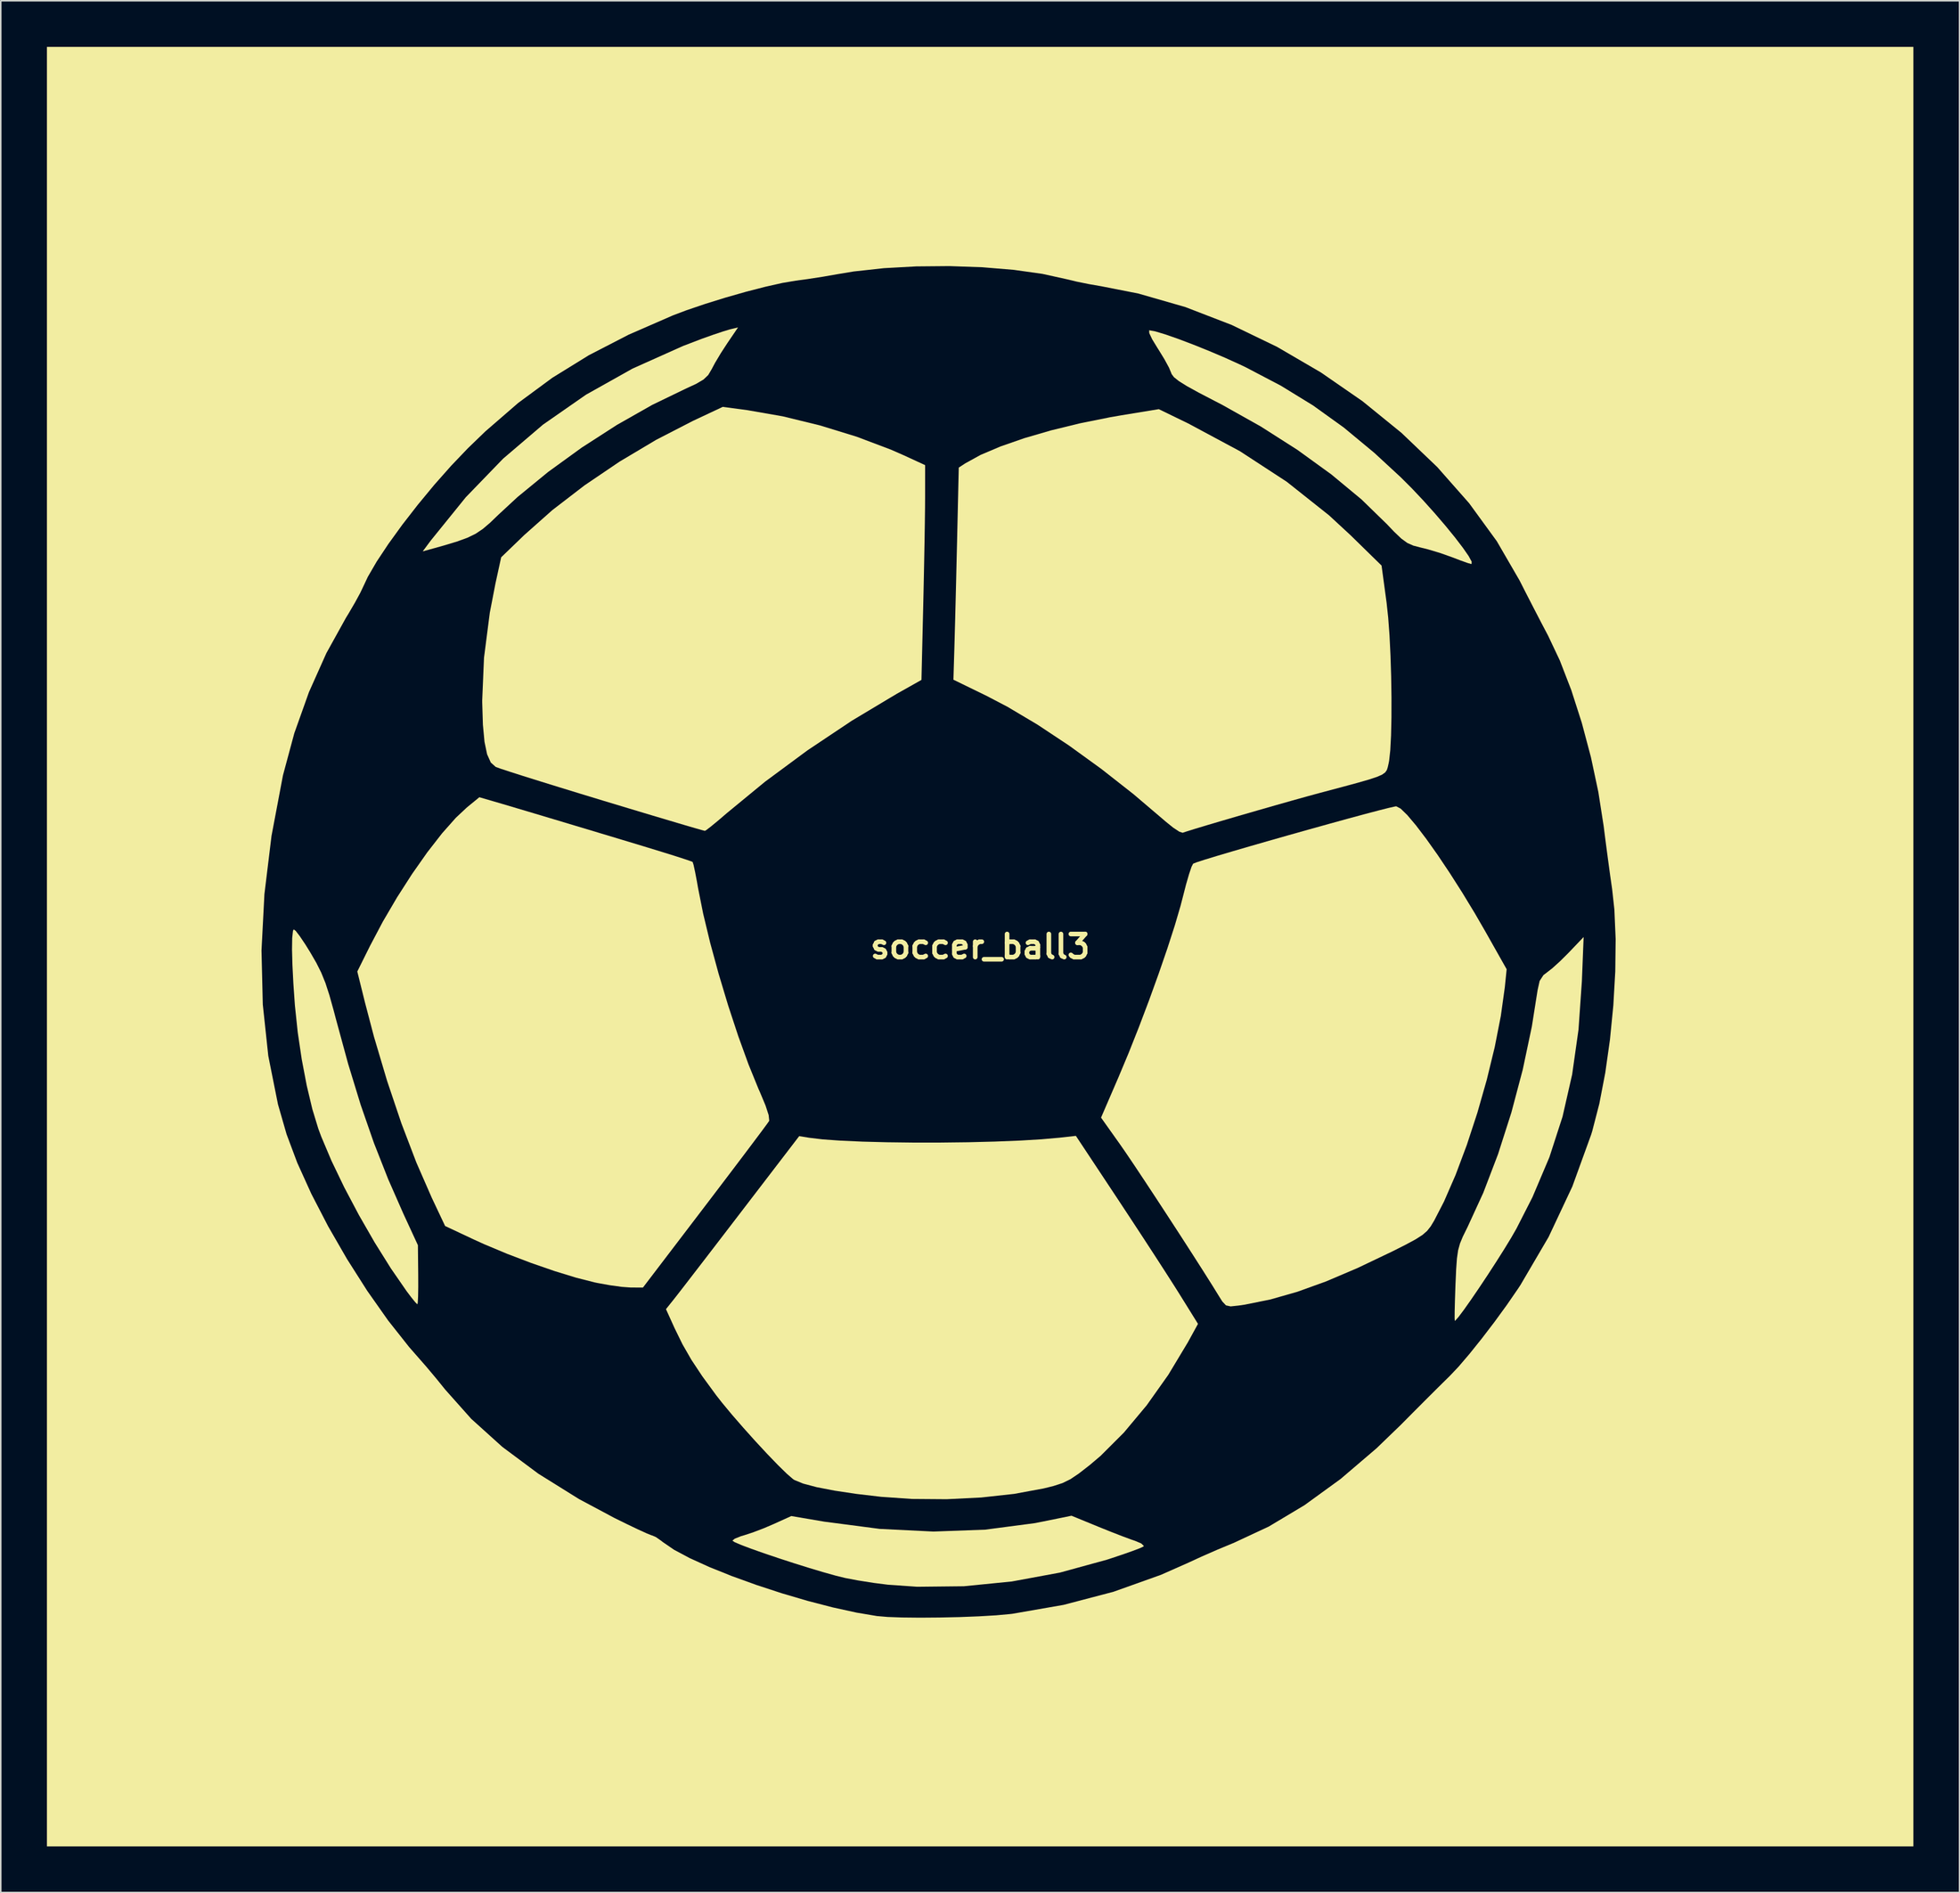
<source format=kicad_pcb>
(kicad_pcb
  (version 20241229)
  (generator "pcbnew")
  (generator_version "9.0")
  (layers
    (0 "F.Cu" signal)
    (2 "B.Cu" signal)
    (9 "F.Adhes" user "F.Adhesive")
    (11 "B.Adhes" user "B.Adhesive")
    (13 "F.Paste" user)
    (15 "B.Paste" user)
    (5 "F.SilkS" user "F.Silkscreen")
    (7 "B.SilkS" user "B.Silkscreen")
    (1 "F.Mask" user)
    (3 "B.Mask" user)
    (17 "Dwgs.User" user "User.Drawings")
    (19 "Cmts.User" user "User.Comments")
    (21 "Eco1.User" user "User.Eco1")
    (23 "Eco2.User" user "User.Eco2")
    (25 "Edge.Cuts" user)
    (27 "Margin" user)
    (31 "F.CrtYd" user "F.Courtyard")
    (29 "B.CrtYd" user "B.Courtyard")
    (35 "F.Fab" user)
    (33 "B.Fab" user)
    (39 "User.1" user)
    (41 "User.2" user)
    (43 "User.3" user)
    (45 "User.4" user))
  (footprint "soccer_ball3"
    (layer "F.Cu")
    (at 60.638 58.492)
    (property "Reference" "soccer_ball3" (at 0 0 0) (layer "F.SilkS") (effects (font (size 1.5 1.5) (thickness 0.3))))
    (attr board_only exclude_from_pos_files exclude_from_bom)
    (fp_poly (pts (xy -16.435 -39.222) (xy -16.85 -38.583) (xy -17.226 -37.953) (xy -17.451 -37.531) (xy -17.669 -37.162) (xy -17.976 -36.869) (xy -18.459 -36.585) (xy -19.088 -36.295) (xy -21.304 -35.223) (xy -23.602 -33.918) (xy -25.888 -32.444) (xy -28.071 -30.861) (xy -30.059 -29.231) (xy -31.303 -28.079) (xy -31.849 -27.554) (xy -32.317 -27.155) (xy -32.78 -26.844) (xy -33.312 -26.585) (xy -33.986 -26.339) (xy -34.874 -26.071) (xy -35.774 -25.82) (xy -36.221 -25.697) (xy -35.7 -26.398) (xy -33.42 -29.217) (xy -30.999 -31.722) (xy -28.406 -33.936) (xy -25.613 -35.881) (xy -22.589 -37.578) (xy -19.307 -39.049) (xy -18.066 -39.524) (xy -17.358 -39.776) (xy -16.718 -39.99) (xy -16.272 -40.125) (xy -16.228 -40.136) (xy -15.732 -40.256)) (stroke (width 0) (type solid)) (fill yes) (layer "F.SilkS"))
    (fp_poly (pts (xy -44.476 -1.028) (xy -44.209 -0.681) (xy -43.846 -0.141) (xy -43.535 0.361) (xy -43.133 1.055) (xy -42.815 1.69) (xy -42.544 2.358) (xy -42.286 3.151) (xy -42.004 4.161) (xy -41.865 4.69) (xy -41.065 7.626) (xy -40.251 10.287) (xy -39.394 12.756) (xy -38.466 15.115) (xy -37.485 17.347) (xy -36.534 19.408) (xy -36.514 21.331) (xy -36.512 22.111) (xy -36.522 22.74) (xy -36.543 23.143) (xy -36.566 23.254) (xy -36.702 23.121) (xy -36.979 22.779) (xy -37.262 22.404) (xy -38.291 20.914) (xy -39.341 19.234) (xy -40.365 17.452) (xy -41.317 15.652) (xy -42.149 13.922) (xy -42.814 12.349) (xy -43.006 11.833) (xy -43.394 10.557) (xy -43.759 9.022) (xy -44.081 7.327) (xy -44.342 5.57) (xy -44.523 3.85) (xy -44.53 3.765) (xy -44.626 2.389) (xy -44.687 1.183) (xy -44.713 0.187) (xy -44.702 -0.557) (xy -44.654 -1.01) (xy -44.608 -1.124)) (stroke (width 0) (type solid)) (fill yes) (layer "F.SilkS"))
    (fp_poly (pts (xy 39.099 2.236) (xy 38.879 5.395) (xy 38.466 8.311) (xy 37.842 11.052) (xy 36.988 13.688) (xy 35.887 16.287) (xy 34.844 18.335) (xy 34.499 18.935) (xy 34.047 19.676) (xy 33.523 20.504) (xy 32.964 21.366) (xy 32.404 22.207) (xy 31.879 22.976) (xy 31.425 23.619) (xy 31.077 24.081) (xy 30.872 24.311) (xy 30.842 24.327) (xy 30.83 24.159) (xy 30.833 23.7) (xy 30.85 23.014) (xy 30.878 22.168) (xy 30.886 21.957) (xy 30.929 20.984) (xy 30.979 20.277) (xy 31.055 19.747) (xy 31.177 19.302) (xy 31.363 18.851) (xy 31.632 18.304) (xy 31.662 18.245) (xy 32.693 15.999) (xy 33.653 13.485) (xy 34.516 10.788) (xy 35.256 7.995) (xy 35.848 5.191) (xy 36.22 2.832) (xy 36.353 2.231) (xy 36.599 1.852) (xy 36.812 1.689) (xy 37.173 1.408) (xy 37.673 0.956) (xy 38.207 0.426) (xy 38.253 0.378) (xy 39.212 -0.626)) (stroke (width 0) (type solid)) (fill yes) (layer "F.SilkS"))
    (fp_poly (pts (xy 7.663 37.705) (xy 8.471 38.031) (xy 9.232 38.327) (xy 9.838 38.552) (xy 10.078 38.634) (xy 10.469 38.8) (xy 10.63 38.953) (xy 10.615 38.995) (xy 10.396 39.1) (xy 9.905 39.287) (xy 9.21 39.531) (xy 8.381 39.808) (xy 8.228 39.857) (xy 5.178 40.694) (xy 2.055 41.271) (xy -1.063 41.581) (xy -4.1 41.613) (xy -5.992 41.481) (xy -6.921 41.363) (xy -7.94 41.202) (xy -8.765 41.045) (xy -9.381 40.894) (xy -10.179 40.67) (xy -11.102 40.394) (xy -12.09 40.085) (xy -13.084 39.761) (xy -14.027 39.443) (xy -14.858 39.149) (xy -15.519 38.9) (xy -15.952 38.715) (xy -16.099 38.616) (xy -15.943 38.487) (xy -15.55 38.33) (xy -15.338 38.267) (xy -14.769 38.082) (xy -14.047 37.806) (xy -13.425 37.54) (xy -12.272 37.017) (xy -10.12 37.383) (xy -6.528 37.852) (xy -3.038 38.025) (xy 0.319 37.902) (xy 3.512 37.484) (xy 4.115 37.367) (xy 5.935 36.996)) (stroke (width 0) (type solid)) (fill yes) (layer "F.SilkS"))
    (fp_poly (pts (xy 11.385 -39.997) (xy 12.029 -39.803) (xy 12.869 -39.51) (xy 13.839 -39.142) (xy 14.874 -38.726) (xy 15.91 -38.285) (xy 16.88 -37.845) (xy 17.261 -37.663) (xy 19.537 -36.469) (xy 21.629 -35.184) (xy 23.625 -33.749) (xy 25.612 -32.101) (xy 27.334 -30.51) (xy 28.056 -29.788) (xy 28.802 -28.996) (xy 29.539 -28.174) (xy 30.234 -27.362) (xy 30.854 -26.601) (xy 31.366 -25.931) (xy 31.739 -25.394) (xy 31.937 -25.029) (xy 31.93 -24.878) (xy 31.905 -24.876) (xy 31.669 -24.944) (xy 31.206 -25.109) (xy 30.677 -25.312) (xy 29.908 -25.585) (xy 29.087 -25.832) (xy 28.629 -25.945) (xy 28.148 -26.07) (xy 27.756 -26.244) (xy 27.366 -26.528) (xy 26.892 -26.98) (xy 26.431 -27.465) (xy 24.776 -29.076) (xy 22.821 -30.698) (xy 20.624 -32.29) (xy 18.239 -33.813) (xy 15.722 -35.227) (xy 15.25 -35.471) (xy 14.199 -36.018) (xy 13.433 -36.441) (xy 12.911 -36.767) (xy 12.593 -37.021) (xy 12.438 -37.229) (xy 12.416 -37.293) (xy 12.268 -37.646) (xy 11.975 -38.185) (xy 11.597 -38.803) (xy 11.538 -38.894) (xy 11.182 -39.477) (xy 10.989 -39.883) (xy 10.981 -40.063) (xy 11.001 -40.068)) (stroke (width 0) (type solid)) (fill yes) (layer "F.SilkS"))
    (fp_poly (pts (xy -15.115 -34.875) (xy -12.824 -34.475) (xy -10.416 -33.887) (xy -8.029 -33.153) (xy -5.8 -32.311) (xy -4.928 -31.927) (xy -3.577 -31.304) (xy -3.578 -29.291) (xy -3.582 -28.556) (xy -3.595 -27.537) (xy -3.614 -26.307) (xy -3.64 -24.94) (xy -3.669 -23.51) (xy -3.696 -22.31) (xy -3.814 -17.341) (xy -5.44 -16.425) (xy -8.34 -14.687) (xy -11.226 -12.758) (xy -13.984 -10.718) (xy -16.456 -8.684) (xy -17.031 -8.191) (xy -17.502 -7.804) (xy -17.807 -7.571) (xy -17.887 -7.527) (xy -18.086 -7.58) (xy -18.55 -7.712) (xy -19.2 -7.902) (xy -19.676 -8.043) (xy -21.26 -8.515) (xy -22.86 -8.996) (xy -24.436 -9.472) (xy -25.949 -9.933) (xy -27.358 -10.366) (xy -28.625 -10.759) (xy -29.709 -11.099) (xy -30.572 -11.375) (xy -31.173 -11.573) (xy -31.474 -11.683) (xy -31.482 -11.687) (xy -31.797 -11.97) (xy -32.037 -12.504) (xy -32.206 -13.314) (xy -32.31 -14.424) (xy -32.354 -15.86) (xy -32.355 -16.009) (xy -32.239 -18.776) (xy -31.862 -21.708) (xy -31.494 -23.611) (xy -31.123 -25.311) (xy -29.627 -26.755) (xy -27.799 -28.379) (xy -25.703 -29.991) (xy -23.427 -31.533) (xy -21.057 -32.946) (xy -18.681 -34.171) (xy -18.603 -34.208) (xy -16.725 -35.091)) (stroke (width 0) (type solid)) (fill yes) (layer "F.SilkS"))
    (fp_poly (pts (xy 13.536 -34.004) (xy 16.877 -32.21) (xy 19.921 -30.223) (xy 22.672 -28.038) (xy 24.072 -26.742) (xy 26.082 -24.774) (xy 26.409 -22.359) (xy 26.513 -21.391) (xy 26.599 -20.224) (xy 26.663 -18.925) (xy 26.706 -17.561) (xy 26.727 -16.197) (xy 26.725 -14.899) (xy 26.699 -13.736) (xy 26.649 -12.772) (xy 26.572 -12.075) (xy 26.538 -11.901) (xy 26.485 -11.666) (xy 26.425 -11.48) (xy 26.316 -11.325) (xy 26.117 -11.183) (xy 25.786 -11.038) (xy 25.283 -10.87) (xy 24.565 -10.663) (xy 23.592 -10.399) (xy 22.322 -10.06) (xy 22.091 -9.999) (xy 21.269 -9.775) (xy 20.272 -9.497) (xy 19.159 -9.181) (xy 17.991 -8.846) (xy 16.825 -8.509) (xy 15.722 -8.186) (xy 14.74 -7.895) (xy 13.941 -7.654) (xy 13.382 -7.479) (xy 13.158 -7.403) (xy 12.936 -7.476) (xy 12.537 -7.741) (xy 12.041 -8.142) (xy 11.98 -8.196) (xy 9.962 -9.914) (xy 7.871 -11.556) (xy 5.77 -13.077) (xy 3.719 -14.437) (xy 1.781 -15.59) (xy 0.428 -16.298) (xy -1.737 -17.354) (xy -1.674 -19.454) (xy -1.652 -20.226) (xy -1.624 -21.278) (xy -1.592 -22.533) (xy -1.558 -23.913) (xy -1.524 -25.341) (xy -1.5 -26.348) (xy -1.39 -31.143) (xy -0.965 -31.421) (xy 0.029 -31.969) (xy 1.326 -32.519) (xy 2.871 -33.057) (xy 4.609 -33.563) (xy 6.486 -34.022) (xy 8.447 -34.417) (xy 9.169 -34.542) (xy 11.608 -34.942)) (stroke (width 0) (type solid)) (fill yes) (layer "F.SilkS"))
    (fp_poly (pts (xy 8.987 16.48) (xy 9.785 17.692) (xy 10.589 18.918) (xy 11.355 20.095) (xy 12.041 21.157) (xy 12.606 22.04) (xy 12.954 22.592) (xy 14.154 24.523) (xy 13.496 25.722) (xy 12.224 27.838) (xy 10.822 29.816) (xy 9.339 31.591) (xy 7.825 33.104) (xy 7.116 33.705) (xy 6.413 34.252) (xy 5.863 34.622) (xy 5.349 34.874) (xy 4.756 35.066) (xy 4.131 35.221) (xy 2.217 35.575) (xy 0.076 35.81) (xy -2.178 35.922) (xy -4.432 35.905) (xy -6.439 35.766) (xy -8.054 35.576) (xy -9.459 35.365) (xy -10.619 35.14) (xy -11.501 34.907) (xy -12.068 34.674) (xy -12.157 34.616) (xy -12.563 34.266) (xy -13.142 33.699) (xy -13.842 32.972) (xy -14.609 32.145) (xy -15.389 31.275) (xy -16.129 30.423) (xy -16.775 29.644) (xy -17.157 29.156) (xy -18.055 27.928) (xy -18.763 26.859) (xy -19.343 25.849) (xy -19.855 24.801) (xy -19.86 24.791) (xy -20.415 23.566) (xy -19.897 22.918) (xy -19.667 22.624) (xy -19.249 22.085) (xy -18.672 21.336) (xy -17.965 20.418) (xy -17.158 19.367) (xy -16.28 18.222) (xy -15.569 17.294) (xy -11.759 12.319) (xy -11.111 12.424) (xy -10.233 12.529) (xy -9.056 12.613) (xy -7.641 12.676) (xy -6.046 12.717) (xy -4.332 12.738) (xy -2.557 12.737) (xy -0.78 12.716) (xy 0.939 12.673) (xy 2.541 12.61) (xy 3.967 12.525) (xy 5.157 12.42) (xy 5.212 12.414) (xy 6.22 12.301)) (stroke (width 0) (type solid)) (fill yes) (layer "F.SilkS"))
    (fp_poly (pts (xy -31.609 -9.443) (xy -31.006 -9.266) (xy -30.117 -9.002) (xy -28.997 -8.668) (xy -27.703 -8.281) (xy -26.289 -7.856) (xy -24.812 -7.412) (xy -23.328 -6.965) (xy -21.893 -6.531) (xy -21.677 -6.465) (xy -20.713 -6.17) (xy -19.874 -5.908) (xy -19.218 -5.697) (xy -18.802 -5.555) (xy -18.682 -5.505) (xy -18.62 -5.306) (xy -18.519 -4.838) (xy -18.395 -4.184) (xy -18.334 -3.832) (xy -18 -2.153) (xy -17.544 -0.255) (xy -16.993 1.767) (xy -16.375 3.822) (xy -15.718 5.817) (xy -15.051 7.657) (xy -14.402 9.252) (xy -14.302 9.476) (xy -13.946 10.327) (xy -13.743 10.95) (xy -13.706 11.307) (xy -13.719 11.343) (xy -13.857 11.539) (xy -14.187 11.986) (xy -14.685 12.651) (xy -15.324 13.501) (xy -16.08 14.501) (xy -16.929 15.62) (xy -17.844 16.824) (xy -17.887 16.88) (xy -21.912 22.163) (xy -22.717 22.159) (xy -23.278 22.118) (xy -24.042 22.014) (xy -24.862 21.866) (xy -25.042 21.829) (xy -26.242 21.524) (xy -27.659 21.089) (xy -29.194 20.557) (xy -30.747 19.965) (xy -32.219 19.348) (xy -32.912 19.033) (xy -34.766 18.161) (xy -35.635 16.319) (xy -36.632 14.038) (xy -37.608 11.48) (xy -38.536 8.724) (xy -39.39 5.85) (xy -39.974 3.625) (xy -40.472 1.616) (xy -39.649 -0.041) (xy -38.814 -1.623) (xy -37.889 -3.202) (xy -36.914 -4.722) (xy -35.926 -6.129) (xy -34.964 -7.366) (xy -34.068 -8.378) (xy -33.351 -9.05) (xy -32.541 -9.714)) (stroke (width 0) (type solid)) (fill yes) (layer "F.SilkS"))
    (fp_poly (pts (xy 27.324 -8.973) (xy 27.76 -8.547) (xy 28.322 -7.88) (xy 28.985 -7.008) (xy 29.724 -5.966) (xy 30.512 -4.789) (xy 31.326 -3.512) (xy 32.14 -2.172) (xy 32.817 -1.001) (xy 34.21 1.468) (xy 34.09 2.648) (xy 33.832 4.504) (xy 33.434 6.534) (xy 32.917 8.659) (xy 32.306 10.803) (xy 31.623 12.888) (xy 30.894 14.836) (xy 30.14 16.57) (xy 29.502 17.808) (xy 29.276 18.182) (xy 29.041 18.48) (xy 28.733 18.747) (xy 28.288 19.031) (xy 27.645 19.378) (xy 26.793 19.808) (xy 24.524 20.891) (xy 22.479 21.762) (xy 20.61 22.437) (xy 18.868 22.935) (xy 17.203 23.272) (xy 16.789 23.333) (xy 16.275 23.387) (xy 15.972 23.321) (xy 15.736 23.07) (xy 15.547 22.77) (xy 15.093 22.035) (xy 14.495 21.088) (xy 13.79 19.985) (xy 13.017 18.785) (xy 12.212 17.547) (xy 11.415 16.327) (xy 10.662 15.184) (xy 9.992 14.176) (xy 9.441 13.361) (xy 9.085 12.847) (xy 7.855 11.115) (xy 8.999 8.464) (xy 9.652 6.903) (xy 10.32 5.218) (xy 10.978 3.479) (xy 11.601 1.755) (xy 12.166 0.113) (xy 12.647 -1.377) (xy 13.019 -2.646) (xy 13.168 -3.22) (xy 13.377 -4.035) (xy 13.575 -4.718) (xy 13.737 -5.197) (xy 13.84 -5.395) (xy 14.072 -5.486) (xy 14.602 -5.658) (xy 15.383 -5.896) (xy 16.367 -6.188) (xy 17.506 -6.52) (xy 18.754 -6.879) (xy 20.063 -7.252) (xy 21.385 -7.624) (xy 22.674 -7.983) (xy 23.881 -8.316) (xy 24.96 -8.608) (xy 25.863 -8.847) (xy 26.542 -9.019) (xy 26.951 -9.111) (xy 27.038 -9.123)) (stroke (width 0) (type solid)) (fill yes) (layer "F.SilkS"))
    (fp_poly (pts (xy 60.638 0) (xy 60.638 58.492) (xy 0 58.492) (xy -60.638 58.492) (xy -60.638 0.252) (xy -46.696 0.252) (xy -46.612 3.765) (xy -46.255 7.106) (xy -45.626 10.252) (xy -45.068 12.193) (xy -44.373 14.05) (xy -43.457 16.073) (xy -42.364 18.185) (xy -41.139 20.31) (xy -39.826 22.375) (xy -38.469 24.303) (xy -37.113 26.019) (xy -36.56 26.652) (xy -35.985 27.309) (xy -35.336 28.083) (xy -34.757 28.799) (xy -33.069 30.696) (xy -31.046 32.523) (xy -28.707 34.265) (xy -26.07 35.91) (xy -23.757 37.146) (xy -22.929 37.553) (xy -22.211 37.896) (xy -21.665 38.144) (xy -21.353 38.269) (xy -21.311 38.279) (xy -21.068 38.385) (xy -20.698 38.645) (xy -20.629 38.702) (xy -19.898 39.204) (xy -18.87 39.753) (xy -17.601 40.33) (xy -16.147 40.915) (xy -14.562 41.489) (xy -12.902 42.034) (xy -11.222 42.529) (xy -9.578 42.956) (xy -8.025 43.296) (xy -6.708 43.518) (xy -6.021 43.577) (xy -5.06 43.612) (xy -3.904 43.624) (xy -2.635 43.614) (xy -1.335 43.585) (xy -0.085 43.537) (xy 1.033 43.471) (xy 1.938 43.389) (xy 2.093 43.371) (xy 5.417 42.792) (xy 8.663 41.94) (xy 11.751 40.837) (xy 13.505 40.06) (xy 14.392 39.651) (xy 15.412 39.204) (xy 16.361 38.809) (xy 16.472 38.765) (xy 18.752 37.701) (xy 21.077 36.309) (xy 23.42 34.607) (xy 25.75 32.617) (xy 27.325 31.096) (xy 28.136 30.277) (xy 28.923 29.488) (xy 29.625 28.787) (xy 30.185 28.233) (xy 30.501 27.923) (xy 31.077 27.316) (xy 31.793 26.478) (xy 32.592 25.481) (xy 33.421 24.396) (xy 34.224 23.292) (xy 34.947 22.241) (xy 35.105 22.001) (xy 36.935 18.877) (xy 38.479 15.591) (xy 39.703 12.216) (xy 39.774 11.985) (xy 40.232 10.212) (xy 40.618 8.204) (xy 40.923 6.045) (xy 41.142 3.82) (xy 41.268 1.612) (xy 41.293 -0.493) (xy 41.21 -2.413) (xy 41.065 -3.735) (xy 40.939 -4.614) (xy 40.791 -5.704) (xy 40.638 -6.861) (xy 40.512 -7.852) (xy 40.168 -10.055) (xy 39.687 -12.316) (xy 39.093 -14.551) (xy 38.411 -16.676) (xy 37.664 -18.608) (xy 36.905 -20.213) (xy 36.488 -21.006) (xy 35.981 -21.984) (xy 35.452 -23.013) (xy 35.049 -23.807) (xy 33.57 -26.359) (xy 31.775 -28.825) (xy 29.699 -31.181) (xy 27.377 -33.4) (xy 24.845 -35.459) (xy 22.138 -37.331) (xy 19.293 -38.992) (xy 16.345 -40.417) (xy 13.33 -41.581) (xy 10.283 -42.458) (xy 7.87 -42.933) (xy 7.058 -43.074) (xy 6.244 -43.24) (xy 5.635 -43.387) (xy 4.043 -43.738) (xy 2.187 -43.999) (xy 0.147 -44.168) (xy -1.995 -44.243) (xy -4.157 -44.224) (xy -6.258 -44.108) (xy -8.215 -43.893) (xy -9.289 -43.715) (xy -10.203 -43.555) (xy -11.22 -43.398) (xy -11.985 -43.295) (xy -12.842 -43.15) (xy -13.947 -42.902) (xy -15.211 -42.576) (xy -16.547 -42.195) (xy -17.867 -41.785) (xy -19.085 -41.371) (xy -19.956 -41.042) (xy -22.834 -39.787) (xy -25.426 -38.449) (xy -27.798 -36.983) (xy -30.02 -35.344) (xy -32.16 -33.489) (xy -33.291 -32.396) (xy -34.37 -31.266) (xy -35.467 -30.026) (xy -36.539 -28.729) (xy -37.548 -27.429) (xy -38.452 -26.179) (xy -39.212 -25.033) (xy -39.787 -24.043) (xy -40.074 -23.432) (xy -40.281 -22.997) (xy -40.622 -22.37) (xy -41.036 -21.661) (xy -41.211 -21.375) (xy -42.482 -19.079) (xy -43.614 -16.544) (xy -44.565 -13.875) (xy -45.291 -11.178) (xy -45.311 -11.09) (xy -46.046 -7.199) (xy -46.507 -3.41) (xy -46.696 0.252) (xy -60.638 0.252) (xy -60.638 0) (xy -60.638 -58.492) (xy 0 -58.492) (xy 60.638 -58.492)) (stroke (width 0) (type solid)) (fill yes) (layer "F.SilkS")))
  (gr_rect
    (start -3 -3)
    (end 124.276 119.983)
    (stroke (width 0.1) (type default))
    (fill no)
    (layer "Edge.Cuts")))
</source>
